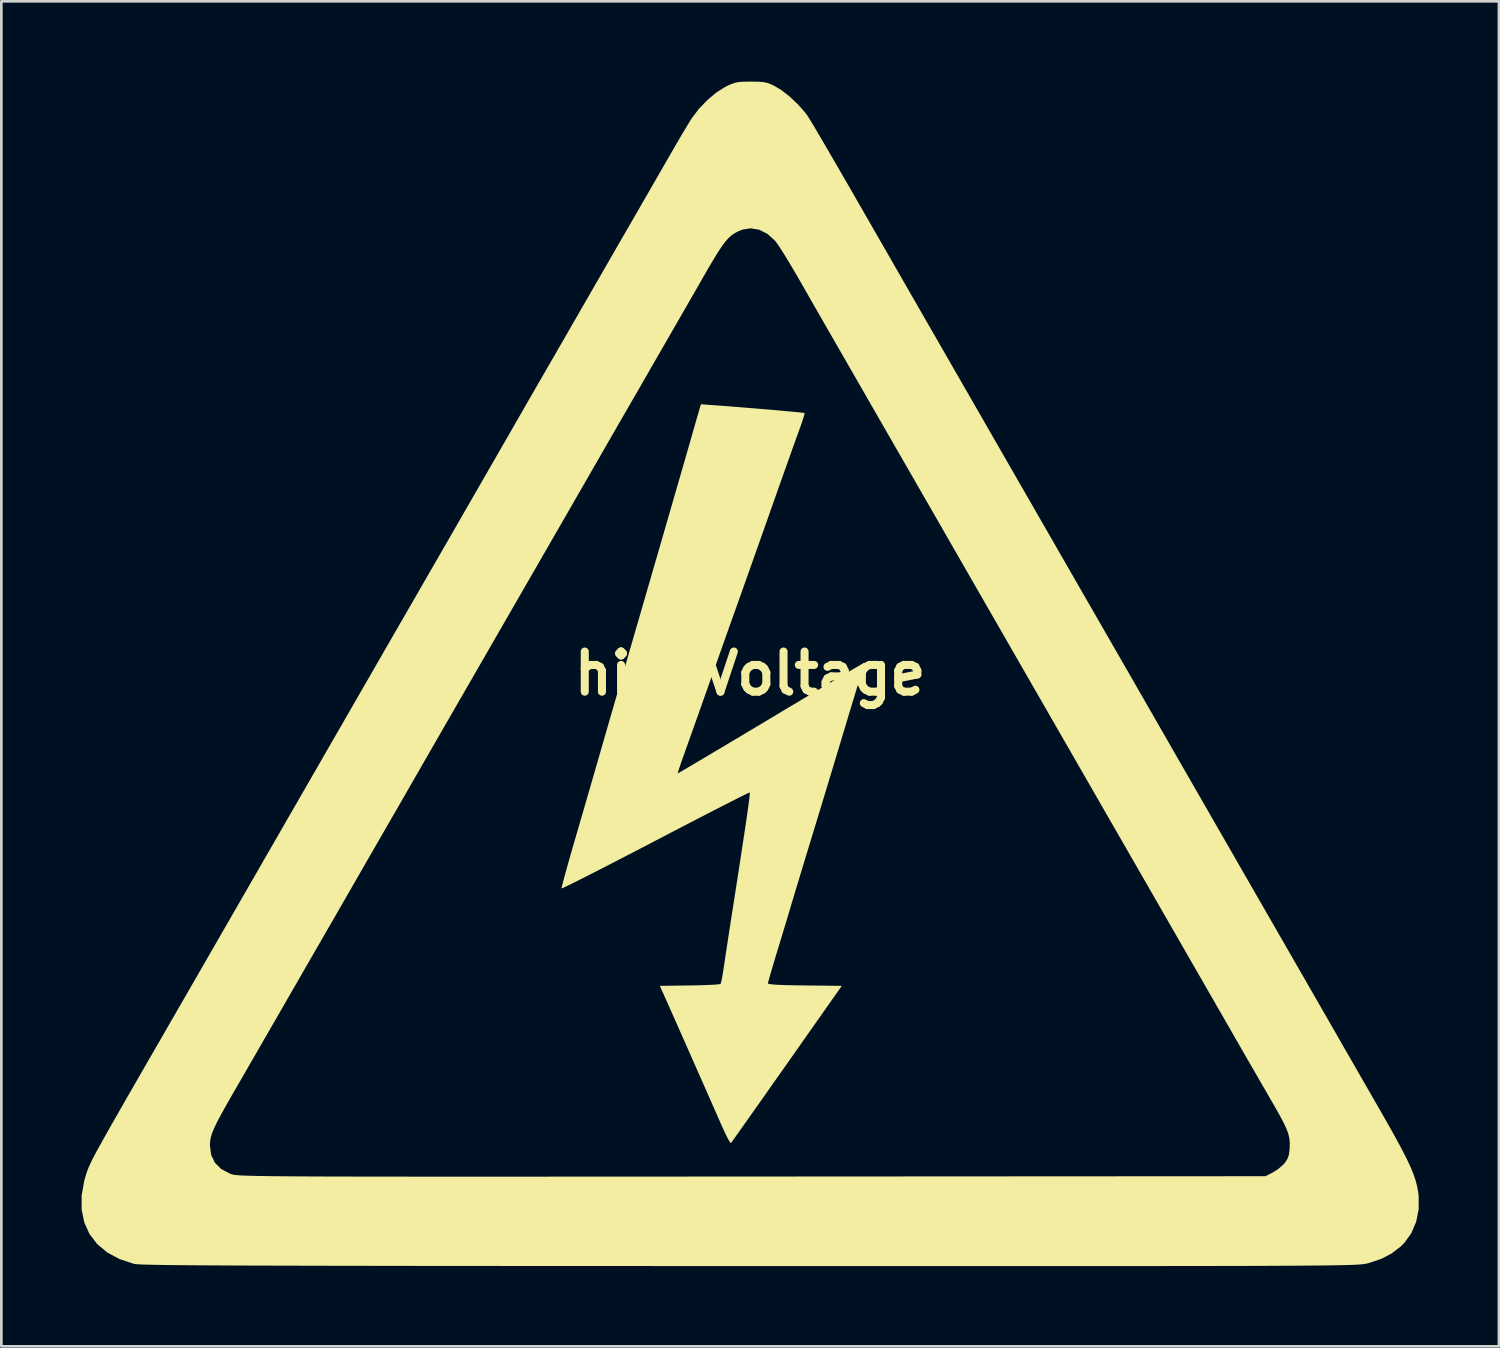
<source format=kicad_pcb>
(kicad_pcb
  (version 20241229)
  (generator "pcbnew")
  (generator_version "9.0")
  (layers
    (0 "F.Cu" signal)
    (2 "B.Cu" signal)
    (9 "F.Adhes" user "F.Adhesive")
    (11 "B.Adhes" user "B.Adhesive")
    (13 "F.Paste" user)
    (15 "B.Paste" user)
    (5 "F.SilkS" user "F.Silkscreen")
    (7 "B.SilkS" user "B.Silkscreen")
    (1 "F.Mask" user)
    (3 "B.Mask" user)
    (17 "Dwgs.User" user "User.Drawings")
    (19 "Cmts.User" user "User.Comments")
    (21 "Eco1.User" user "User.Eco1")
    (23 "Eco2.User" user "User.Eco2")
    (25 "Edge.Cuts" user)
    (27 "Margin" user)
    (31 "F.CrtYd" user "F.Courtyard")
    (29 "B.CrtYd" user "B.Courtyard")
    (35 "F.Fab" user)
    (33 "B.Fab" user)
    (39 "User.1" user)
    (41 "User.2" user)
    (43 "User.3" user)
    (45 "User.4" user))
  (footprint "highVoltage"
    (layer "F.Cu")
    (at 24.982 22.121)
    (property "Reference" "highVoltage" (at 0 0 0) (layer "F.SilkS") (effects (font (size 1.5 1.5) (thickness 0.3))))
    (attr board_only exclude_from_pos_files exclude_from_bom)
    (fp_poly (pts (xy -1.238 -10.019) (xy -0.843 -9.99) (xy -0.425 -9.957) (xy 0.003 -9.922) (xy 0.425 -9.887) (xy 0.828 -9.853) (xy 1.196 -9.82) (xy 1.515 -9.791) (xy 1.771 -9.767) (xy 1.948 -9.748) (xy 2.034 -9.736) (xy 2.039 -9.735) (xy 2.029 -9.678) (xy 1.987 -9.538) (xy 1.92 -9.337) (xy 1.839 -9.109) (xy 1.77 -8.919) (xy 1.688 -8.693) (xy 1.591 -8.422) (xy 1.476 -8.099) (xy 1.34 -7.715) (xy 1.179 -7.262) (xy 0.991 -6.732) (xy 0.774 -6.116) (xy 0.524 -5.408) (xy 0.41 -5.086) (xy 0.156 -4.369) (xy -0.12 -3.59) (xy -0.424 -2.734) (xy -0.695 -1.973) (xy -0.798 -1.685) (xy -0.926 -1.325) (xy -1.066 -0.929) (xy -1.208 -0.529) (xy -1.307 -0.25) (xy -1.677 0.796) (xy -2.011 1.74) (xy -2.311 2.581) (xy -2.47 3.027) (xy -2.561 3.284) (xy -2.635 3.5) (xy -2.685 3.654) (xy -2.706 3.729) (xy -2.706 3.732) (xy -2.657 3.706) (xy -2.521 3.628) (xy -2.305 3.501) (xy -2.016 3.33) (xy -1.661 3.12) (xy -1.249 2.875) (xy -0.786 2.599) (xy -0.281 2.298) (xy 0.26 1.975) (xy 0.776 1.666) (xy 1.343 1.327) (xy 1.88 1.006) (xy 2.382 0.707) (xy 2.841 0.434) (xy 3.248 0.192) (xy 3.598 -0.015) (xy 3.881 -0.182) (xy 4.091 -0.304) (xy 4.22 -0.378) (xy 4.26 -0.399) (xy 4.249 -0.344) (xy 4.21 -0.2) (xy 4.148 0.017) (xy 4.067 0.29) (xy 3.973 0.603) (xy 3.97 0.613) (xy 3.853 0.996) (xy 3.729 1.405) (xy 3.609 1.805) (xy 3.503 2.157) (xy 3.45 2.334) (xy 3.34 2.7) (xy 3.2 3.163) (xy 3.034 3.713) (xy 2.843 4.343) (xy 2.631 5.043) (xy 2.399 5.803) (xy 2.152 6.615) (xy 2.084 6.836) (xy 1.964 7.232) (xy 1.842 7.635) (xy 1.726 8.018) (xy 1.625 8.355) (xy 1.546 8.618) (xy 1.531 8.67) (xy 1.456 8.921) (xy 1.358 9.248) (xy 1.244 9.623) (xy 1.125 10.018) (xy 1.008 10.4) (xy 0.907 10.737) (xy 0.817 11.039) (xy 0.744 11.289) (xy 0.693 11.472) (xy 0.668 11.57) (xy 0.667 11.581) (xy 0.71 11.602) (xy 0.844 11.62) (xy 1.072 11.635) (xy 1.399 11.646) (xy 1.831 11.654) (xy 2.047 11.657) (xy 3.428 11.672) (xy 2.919 12.394) (xy 2.781 12.591) (xy 2.588 12.866) (xy 2.349 13.205) (xy 2.074 13.596) (xy 1.771 14.026) (xy 1.451 14.482) (xy 1.121 14.95) (xy 0.866 15.312) (xy 0.557 15.751) (xy 0.267 16.162) (xy 0.003 16.537) (xy -0.23 16.866) (xy -0.424 17.141) (xy -0.575 17.352) (xy -0.674 17.491) (xy -0.716 17.548) (xy -0.717 17.549) (xy -0.752 17.517) (xy -0.821 17.399) (xy -0.915 17.214) (xy -1.024 16.978) (xy -1.055 16.91) (xy -1.271 16.419) (xy -1.498 15.902) (xy -1.732 15.372) (xy -1.967 14.841) (xy -2.196 14.322) (xy -2.414 13.829) (xy -2.615 13.374) (xy -2.794 12.969) (xy -2.945 12.629) (xy -3.062 12.366) (xy -3.136 12.2) (xy -3.373 11.672) (xy -2.258 11.657) (xy -1.916 11.65) (xy -1.613 11.641) (xy -1.366 11.629) (xy -1.192 11.617) (xy -1.108 11.603) (xy -1.104 11.601) (xy -1.081 11.533) (xy -1.048 11.378) (xy -1.01 11.16) (xy -0.974 10.921) (xy -0.942 10.701) (xy -0.895 10.391) (xy -0.837 10.012) (xy -0.772 9.585) (xy -0.701 9.13) (xy -0.629 8.667) (xy -0.612 8.559) (xy -0.475 7.682) (xy -0.357 6.913) (xy -0.256 6.251) (xy -0.172 5.695) (xy -0.106 5.242) (xy -0.057 4.892) (xy -0.026 4.643) (xy -0.011 4.494) (xy -0.012 4.444) (xy -0.064 4.465) (xy -0.207 4.533) (xy -0.432 4.645) (xy -0.732 4.797) (xy -1.099 4.984) (xy -1.525 5.203) (xy -2.002 5.449) (xy -2.522 5.719) (xy -3.077 6.008) (xy -3.534 6.246) (xy -4.111 6.547) (xy -4.659 6.831) (xy -5.17 7.095) (xy -5.636 7.334) (xy -6.049 7.545) (xy -6.401 7.722) (xy -6.685 7.864) (xy -6.892 7.965) (xy -7.015 8.021) (xy -7.047 8.031) (xy -7.036 7.97) (xy -6.997 7.814) (xy -6.934 7.578) (xy -6.85 7.274) (xy -6.749 6.915) (xy -6.634 6.513) (xy -6.556 6.246) (xy -6.427 5.802) (xy -6.312 5.406) (xy -6.206 5.043) (xy -6.106 4.696) (xy -6.006 4.352) (xy -5.903 3.995) (xy -5.791 3.61) (xy -5.667 3.181) (xy -5.527 2.694) (xy -5.365 2.133) (xy -5.177 1.483) (xy -5.142 1.362) (xy -5.023 0.95) (xy -4.88 0.456) (xy -4.721 -0.095) (xy -4.552 -0.677) (xy -4.382 -1.267) (xy -4.216 -1.838) (xy -4.107 -2.212) (xy -3.96 -2.719) (xy -3.812 -3.231) (xy -3.668 -3.728) (xy -3.534 -4.191) (xy -3.414 -4.603) (xy -3.315 -4.945) (xy -3.246 -5.185) (xy -3.151 -5.512) (xy -3.035 -5.913) (xy -2.907 -6.356) (xy -2.776 -6.81) (xy -2.651 -7.24) (xy -2.631 -7.309) (xy -2.521 -7.691) (xy -2.414 -8.061) (xy -2.317 -8.398) (xy -2.235 -8.681) (xy -2.177 -8.889) (xy -2.16 -8.948) (xy -2.084 -9.215) (xy -2.001 -9.504) (xy -1.944 -9.7) (xy -1.837 -10.063)) (stroke (width 0) (type solid)) (fill yes) (layer "F.SilkS"))
    (fp_poly (pts (xy 0.296 -22.118) (xy 0.489 -22.104) (xy 0.641 -22.073) (xy 0.787 -22.018) (xy 0.908 -21.961) (xy 1.185 -21.793) (xy 1.486 -21.556) (xy 1.781 -21.277) (xy 2.041 -20.985) (xy 2.165 -20.816) (xy 2.229 -20.714) (xy 2.343 -20.524) (xy 2.502 -20.257) (xy 2.699 -19.921) (xy 2.93 -19.525) (xy 3.189 -19.08) (xy 3.47 -18.593) (xy 3.769 -18.076) (xy 4.08 -17.536) (xy 4.112 -17.48) (xy 4.44 -16.909) (xy 4.769 -16.335) (xy 5.093 -15.773) (xy 5.403 -15.233) (xy 5.692 -14.729) (xy 5.954 -14.273) (xy 6.181 -13.878) (xy 6.366 -13.556) (xy 6.483 -13.353) (xy 6.738 -12.91) (xy 7.006 -12.443) (xy 7.295 -11.941) (xy 7.61 -11.392) (xy 7.959 -10.786) (xy 8.347 -10.112) (xy 8.781 -9.357) (xy 9.024 -8.934) (xy 9.257 -8.528) (xy 9.524 -8.064) (xy 9.803 -7.579) (xy 10.072 -7.111) (xy 10.302 -6.711) (xy 10.542 -6.295) (xy 10.814 -5.82) (xy 11.098 -5.328) (xy 11.369 -4.856) (xy 11.596 -4.46) (xy 11.822 -4.068) (xy 12.067 -3.642) (xy 12.314 -3.212) (xy 12.544 -2.813) (xy 12.739 -2.474) (xy 12.756 -2.446) (xy 13.041 -1.949) (xy 13.372 -1.374) (xy 13.74 -0.734) (xy 14.135 -0.048) (xy 14.546 0.668) (xy 14.966 1.398) (xy 15.383 2.125) (xy 15.535 2.39) (xy 15.782 2.82) (xy 16.053 3.292) (xy 16.331 3.774) (xy 16.597 4.238) (xy 16.835 4.651) (xy 16.941 4.835) (xy 17.165 5.226) (xy 17.41 5.652) (xy 17.657 6.081) (xy 17.887 6.481) (xy 18.081 6.818) (xy 18.091 6.836) (xy 18.281 7.167) (xy 18.508 7.562) (xy 18.754 7.989) (xy 19 8.418) (xy 19.229 8.814) (xy 19.25 8.851) (xy 19.92 10.016) (xy 20.604 11.205) (xy 21.277 12.376) (xy 21.806 13.297) (xy 21.985 13.608) (xy 22.207 13.995) (xy 22.462 14.439) (xy 22.738 14.919) (xy 23.024 15.416) (xy 23.308 15.91) (xy 23.53 16.297) (xy 23.856 16.869) (xy 24.13 17.358) (xy 24.354 17.774) (xy 24.536 18.129) (xy 24.679 18.433) (xy 24.788 18.698) (xy 24.869 18.935) (xy 24.927 19.156) (xy 24.966 19.37) (xy 24.986 19.536) (xy 24.987 20.023) (xy 24.893 20.488) (xy 24.713 20.913) (xy 24.451 21.278) (xy 24.321 21.408) (xy 23.982 21.669) (xy 23.606 21.868) (xy 23.16 22.02) (xy 23.079 22.041) (xy 23.043 22.05) (xy 23.003 22.058) (xy 22.956 22.066) (xy 22.899 22.074) (xy 22.83 22.081) (xy 22.744 22.087) (xy 22.639 22.094) (xy 22.511 22.099) (xy 22.356 22.104) (xy 22.173 22.109) (xy 21.957 22.114) (xy 21.705 22.118) (xy 21.415 22.122) (xy 21.082 22.125) (xy 20.704 22.128) (xy 20.277 22.131) (xy 19.798 22.133) (xy 19.264 22.136) (xy 18.672 22.138) (xy 18.018 22.139) (xy 17.299 22.141) (xy 16.512 22.142) (xy 15.654 22.143) (xy 14.722 22.144) (xy 13.711 22.144) (xy 12.62 22.145) (xy 11.444 22.145) (xy 10.181 22.145) (xy 8.827 22.145) (xy 7.379 22.145) (xy 5.834 22.145) (xy 4.188 22.145) (xy 2.439 22.144) (xy 0.583 22.144) (xy -0.023 22.144) (xy -1.951 22.144) (xy -3.771 22.143) (xy -5.486 22.142) (xy -7.099 22.142) (xy -8.613 22.141) (xy -10.031 22.14) (xy -11.355 22.139) (xy -12.59 22.138) (xy -13.737 22.136) (xy -14.8 22.135) (xy -15.782 22.133) (xy -16.686 22.131) (xy -17.515 22.129) (xy -18.272 22.127) (xy -18.96 22.125) (xy -19.582 22.122) (xy -20.141 22.119) (xy -20.64 22.116) (xy -21.081 22.112) (xy -21.469 22.109) (xy -21.806 22.105) (xy -22.094 22.1) (xy -22.338 22.096) (xy -22.54 22.091) (xy -22.703 22.086) (xy -22.83 22.08) (xy -22.923 22.074) (xy -22.987 22.068) (xy -23.021 22.063) (xy -23.567 21.883) (xy -24.029 21.633) (xy -24.404 21.317) (xy -24.69 20.942) (xy -24.883 20.511) (xy -24.981 20.031) (xy -24.982 19.507) (xy -24.881 18.944) (xy -24.807 18.693) (xy -24.78 18.613) (xy -24.751 18.534) (xy -24.716 18.448) (xy -24.674 18.352) (xy -24.619 18.238) (xy -24.55 18.1) (xy -24.462 17.934) (xy -24.353 17.733) (xy -24.301 17.639) (xy -20.187 17.639) (xy -20.14 17.992) (xy -19.999 18.285) (xy -19.765 18.518) (xy -19.438 18.69) (xy -19.386 18.709) (xy -19.357 18.718) (xy -19.321 18.726) (xy -19.276 18.734) (xy -19.218 18.742) (xy -19.142 18.749) (xy -19.047 18.756) (xy -18.928 18.762) (xy -18.782 18.767) (xy -18.605 18.772) (xy -18.393 18.777) (xy -18.144 18.781) (xy -17.854 18.785) (xy -17.519 18.788) (xy -17.136 18.791) (xy -16.701 18.794) (xy -16.211 18.796) (xy -15.662 18.798) (xy -15.051 18.799) (xy -14.375 18.801) (xy -13.629 18.802) (xy -12.81 18.802) (xy -11.915 18.803) (xy -10.94 18.803) (xy -9.882 18.803) (xy -8.737 18.803) (xy -7.502 18.802) (xy -6.173 18.802) (xy -4.747 18.801) (xy -3.22 18.8) (xy -1.589 18.799) (xy 0.083 18.798) (xy 19.258 18.786) (xy 19.533 18.647) (xy 19.729 18.523) (xy 19.911 18.369) (xy 19.976 18.297) (xy 20.072 18.159) (xy 20.127 18.021) (xy 20.156 17.839) (xy 20.166 17.701) (xy 20.17 17.535) (xy 20.156 17.379) (xy 20.119 17.216) (xy 20.053 17.032) (xy 19.951 16.811) (xy 19.808 16.538) (xy 19.617 16.197) (xy 19.437 15.887) (xy 19.282 15.618) (xy 19.086 15.281) (xy 18.867 14.9) (xy 18.639 14.505) (xy 18.418 14.121) (xy 18.368 14.034) (xy 18.142 13.641) (xy 17.897 13.213) (xy 17.65 12.784) (xy 17.42 12.384) (xy 17.225 12.045) (xy 17.202 12.005) (xy 17.027 11.701) (xy 16.811 11.327) (xy 16.571 10.908) (xy 16.319 10.471) (xy 16.073 10.041) (xy 15.924 9.782) (xy 15.687 9.371) (xy 15.437 8.936) (xy 15.188 8.502) (xy 14.955 8.096) (xy 14.752 7.744) (xy 14.645 7.559) (xy 14.455 7.228) (xy 14.228 6.833) (xy 13.981 6.405) (xy 13.735 5.977) (xy 13.507 5.58) (xy 13.486 5.544) (xy 12.83 4.403) (xy 12.228 3.356) (xy 11.68 2.403) (xy 11.184 1.541) (xy 10.74 0.768) (xy 10.346 0.084) (xy 10.002 -0.514) (xy 9.707 -1.028) (xy 9.643 -1.139) (xy 8.879 -2.467) (xy 8.162 -3.715) (xy 7.48 -4.9) (xy 6.991 -5.753) (xy 6.763 -6.149) (xy 6.526 -6.561) (xy 6.294 -6.964) (xy 6.082 -7.334) (xy 5.901 -7.648) (xy 5.808 -7.809) (xy 5.637 -8.106) (xy 5.418 -8.486) (xy 5.16 -8.935) (xy 4.871 -9.438) (xy 4.558 -9.982) (xy 4.23 -10.553) (xy 3.894 -11.137) (xy 3.559 -11.72) (xy 3.232 -12.288) (xy 3.043 -12.617) (xy 2.819 -13.006) (xy 2.561 -13.456) (xy 2.29 -13.929) (xy 2.026 -14.39) (xy 1.791 -14.801) (xy 1.788 -14.806) (xy 1.591 -15.143) (xy 1.4 -15.462) (xy 1.225 -15.745) (xy 1.077 -15.974) (xy 0.967 -16.131) (xy 0.93 -16.177) (xy 0.648 -16.431) (xy 0.34 -16.586) (xy 0.02 -16.639) (xy -0.302 -16.586) (xy -0.417 -16.539) (xy -0.552 -16.47) (xy -0.673 -16.391) (xy -0.79 -16.291) (xy -0.91 -16.159) (xy -1.042 -15.984) (xy -1.195 -15.754) (xy -1.376 -15.459) (xy -1.595 -15.087) (xy -1.833 -14.673) (xy -2.04 -14.312) (xy -2.261 -13.928) (xy -2.477 -13.552) (xy -2.671 -13.215) (xy -2.808 -12.978) (xy -2.973 -12.692) (xy -3.174 -12.342) (xy -3.393 -11.962) (xy -3.61 -11.585) (xy -3.752 -11.338) (xy -3.958 -10.98) (xy -4.181 -10.592) (xy -4.402 -10.21) (xy -4.6 -9.867) (xy -4.713 -9.671) (xy -4.874 -9.393) (xy -5.073 -9.048) (xy -5.294 -8.663) (xy -5.521 -8.269) (xy -5.736 -7.894) (xy -5.753 -7.865) (xy -5.968 -7.491) (xy -6.196 -7.095) (xy -6.42 -6.706) (xy -6.623 -6.352) (xy -6.79 -6.063) (xy -6.801 -6.044) (xy -6.996 -5.705) (xy -7.217 -5.322) (xy -7.437 -4.941) (xy -7.628 -4.608) (xy -7.633 -4.599) (xy -7.804 -4.304) (xy -8.01 -3.946) (xy -8.231 -3.562) (xy -8.448 -3.186) (xy -8.57 -2.974) (xy -8.776 -2.618) (xy -8.998 -2.231) (xy -9.218 -1.849) (xy -9.416 -1.507) (xy -9.515 -1.334) (xy -9.689 -1.033) (xy -9.897 -0.671) (xy -10.121 -0.283) (xy -10.339 0.096) (xy -10.46 0.306) (xy -10.793 0.882) (xy -11.078 1.377) (xy -11.325 1.805) (xy -11.541 2.18) (xy -11.735 2.518) (xy -11.916 2.831) (xy -12.091 3.136) (xy -12.27 3.447) (xy -12.46 3.778) (xy -12.477 3.807) (xy -12.691 4.179) (xy -12.917 4.573) (xy -13.139 4.959) (xy -13.341 5.309) (xy -13.505 5.593) (xy -13.517 5.614) (xy -13.674 5.885) (xy -13.87 6.225) (xy -14.09 6.608) (xy -14.319 7.005) (xy -14.54 7.39) (xy -14.589 7.475) (xy -14.821 7.878) (xy -15.088 8.342) (xy -15.37 8.833) (xy -15.648 9.314) (xy -15.9 9.752) (xy -15.95 9.838) (xy -16.171 10.221) (xy -16.432 10.673) (xy -16.716 11.167) (xy -17.008 11.673) (xy -17.292 12.166) (xy -17.535 12.589) (xy -17.798 13.045) (xy -18.085 13.543) (xy -18.38 14.055) (xy -18.667 14.552) (xy -18.93 15.007) (xy -19.136 15.364) (xy -19.411 15.84) (xy -19.633 16.232) (xy -19.809 16.552) (xy -19.944 16.81) (xy -20.042 17.02) (xy -20.111 17.191) (xy -20.154 17.335) (xy -20.177 17.465) (xy -20.186 17.591) (xy -20.187 17.639) (xy -24.301 17.639) (xy -24.219 17.491) (xy -24.058 17.203) (xy -23.865 16.862) (xy -23.637 16.463) (xy -23.372 16) (xy -23.066 15.466) (xy -22.715 14.857) (xy -22.317 14.167) (xy -21.868 13.388) (xy -21.632 12.978) (xy -21.394 12.565) (xy -21.184 12.203) (xy -20.993 11.871) (xy -20.809 11.551) (xy -20.622 11.227) (xy -20.421 10.878) (xy -20.196 10.487) (xy -19.936 10.036) (xy -19.646 9.532) (xy -19.393 9.093) (xy -19.125 8.627) (xy -18.855 8.159) (xy -18.598 7.713) (xy -18.368 7.314) (xy -18.18 6.986) (xy -18.174 6.975) (xy -17.997 6.669) (xy -17.777 6.287) (xy -17.526 5.851) (xy -17.257 5.383) (xy -16.981 4.904) (xy -16.711 4.436) (xy -16.59 4.224) (xy -16.124 3.416) (xy -15.692 2.665) (xy -15.276 1.944) (xy -14.861 1.223) (xy -14.43 0.474) (xy -13.966 -0.33) (xy -13.756 -0.695) (xy -13.171 -1.711) (xy -12.637 -2.636) (xy -12.152 -3.478) (xy -11.712 -4.242) (xy -11.312 -4.935) (xy -10.951 -5.563) (xy -10.623 -6.132) (xy -10.326 -6.648) (xy -10.056 -7.117) (xy -9.809 -7.547) (xy -9.581 -7.942) (xy -9.37 -8.309) (xy -9.171 -8.655) (xy -9.114 -8.754) (xy -8.852 -9.21) (xy -8.559 -9.72) (xy -8.252 -10.253) (xy -7.952 -10.774) (xy -7.676 -11.252) (xy -7.53 -11.505) (xy -7.275 -11.947) (xy -6.989 -12.443) (xy -6.693 -12.958) (xy -6.404 -13.459) (xy -6.143 -13.913) (xy -6.041 -14.089) (xy -5.808 -14.495) (xy -5.557 -14.931) (xy -5.305 -15.368) (xy -5.068 -15.779) (xy -4.864 -16.133) (xy -4.792 -16.257) (xy -4.632 -16.534) (xy -4.48 -16.797) (xy -4.329 -17.059) (xy -4.171 -17.333) (xy -3.998 -17.634) (xy -3.802 -17.973) (xy -3.577 -18.365) (xy -3.313 -18.823) (xy -3.004 -19.36) (xy -2.903 -19.536) (xy -2.721 -19.849) (xy -2.544 -20.151) (xy -2.383 -20.42) (xy -2.253 -20.635) (xy -2.174 -20.759) (xy -1.911 -21.106) (xy -1.595 -21.434) (xy -1.258 -21.716) (xy -0.929 -21.924) (xy -0.904 -21.937) (xy -0.722 -22.022) (xy -0.572 -22.076) (xy -0.419 -22.106) (xy -0.226 -22.118) (xy 0.027 -22.121)) (stroke (width 0) (type solid)) (fill yes) (layer "F.SilkS")))
  (gr_rect
    (start -3 -3)
    (end 52.968 47.266)
    (stroke (width 0.1) (type default))
    (fill no)
    (layer "Edge.Cuts")))
</source>
